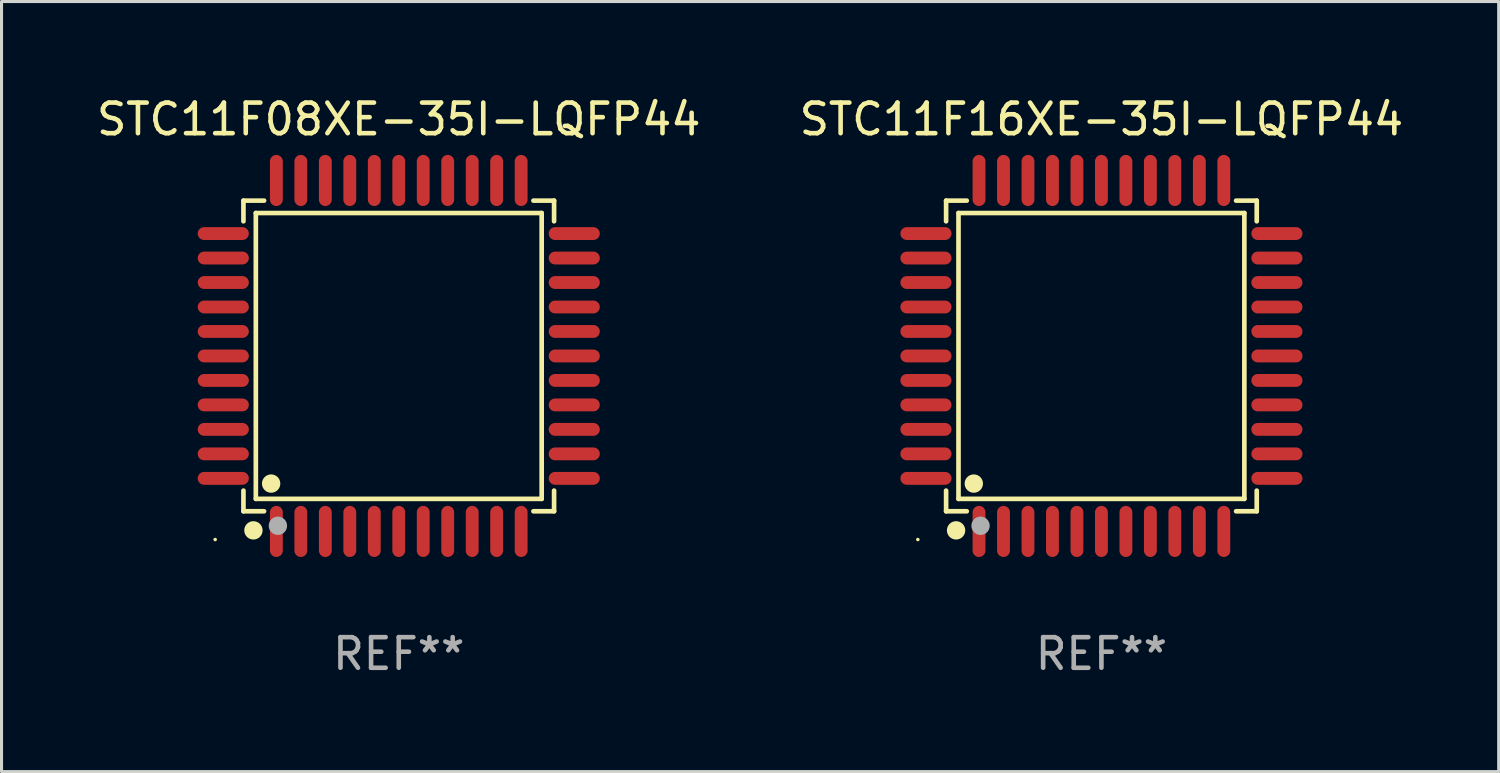
<source format=kicad_pcb>
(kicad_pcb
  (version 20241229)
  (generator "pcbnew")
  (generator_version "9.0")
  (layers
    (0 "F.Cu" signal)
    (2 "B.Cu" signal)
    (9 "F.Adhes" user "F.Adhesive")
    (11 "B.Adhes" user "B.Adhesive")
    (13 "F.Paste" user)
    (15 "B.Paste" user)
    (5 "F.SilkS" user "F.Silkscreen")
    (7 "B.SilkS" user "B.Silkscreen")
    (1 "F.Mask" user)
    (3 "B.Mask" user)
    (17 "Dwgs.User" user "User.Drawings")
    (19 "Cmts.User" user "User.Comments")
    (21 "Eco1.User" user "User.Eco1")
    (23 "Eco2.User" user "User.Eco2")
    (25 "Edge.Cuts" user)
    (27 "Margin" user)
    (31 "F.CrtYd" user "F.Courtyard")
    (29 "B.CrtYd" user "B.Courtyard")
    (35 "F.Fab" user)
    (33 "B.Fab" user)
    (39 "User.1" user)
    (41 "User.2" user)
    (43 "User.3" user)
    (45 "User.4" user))
  (footprint "STC11F16XE-35I-LQFP44"
    (layer "F.Cu")
    (at 32.946 8.583)
    (property "Reference" "STC11F16XE-35I-LQFP44" (at 0 -7.735 0) (layer "F.SilkS") (effects (font (size 1 1) (thickness 0.15))))
    (attr through_hole)
    (fp_line (start -5.076 -5.076) (end -4.401 -5.076) (stroke (width 0.152) (type solid)) (layer "F.SilkS"))
    (fp_line (start -5.076 -4.401) (end -5.076 -5.076) (stroke (width 0.152) (type solid)) (layer "F.SilkS"))
    (fp_line (start -5.076 4.401) (end -5.076 5.076) (stroke (width 0.152) (type solid)) (layer "F.SilkS"))
    (fp_line (start -5.076 5.076) (end -4.401 5.076) (stroke (width 0.152) (type solid)) (layer "F.SilkS"))
    (fp_line (start -4.671 -4.671) (end 4.671 -4.671) (stroke (width 0.152) (type solid)) (layer "F.SilkS"))
    (fp_line (start -4.671 4.671) (end -4.671 -4.671) (stroke (width 0.152) (type solid)) (layer "F.SilkS"))
    (fp_line (start 4.671 -4.671) (end 4.671 4.671) (stroke (width 0.152) (type solid)) (layer "F.SilkS"))
    (fp_line (start 4.671 4.671) (end -4.671 4.671) (stroke (width 0.152) (type solid)) (layer "F.SilkS"))
    (fp_line (start 5.076 -5.076) (end 4.401 -5.076) (stroke (width 0.152) (type solid)) (layer "F.SilkS"))
    (fp_line (start 5.076 -4.401) (end 5.076 -5.076) (stroke (width 0.152) (type solid)) (layer "F.SilkS"))
    (fp_line (start 5.076 4.401) (end 5.076 5.076) (stroke (width 0.152) (type solid)) (layer "F.SilkS"))
    (fp_line (start 5.076 5.076) (end 4.401 5.076) (stroke (width 0.152) (type solid)) (layer "F.SilkS"))
    (fp_circle (center -6 6) (end -5.97 6) (stroke (width 0.06) (type solid)) (fill no) (layer "F.SilkS"))
    (fp_circle (center -4.75 5.7) (end -4.6 5.7) (stroke (width 0.3) (type solid)) (fill no) (layer "F.SilkS"))
    (fp_circle (center -4.171 4.171) (end -4.021 4.171) (stroke (width 0.3) (type solid)) (fill no) (layer "F.SilkS"))
    (fp_circle (center -3.95 5.55) (end -3.8 5.55) (stroke (width 0.3) (type solid)) (fill no) (layer "F.Fab"))
    (fp_text user "REF**" (at 0 9.735 0) (layer "F.Fab") (effects (font (size 1 1) (thickness 0.15))))
    (pad "1" smd oval (at -4 5.735) (size 0.42 1.67) (layers "F.Cu" "F.Mask" "F.Paste"))
    (pad "2" smd oval (at -3.2 5.735) (size 0.42 1.67) (layers "F.Cu" "F.Mask" "F.Paste"))
    (pad "3" smd oval (at -2.4 5.735) (size 0.42 1.67) (layers "F.Cu" "F.Mask" "F.Paste"))
    (pad "4" smd oval (at -1.6 5.735) (size 0.42 1.67) (layers "F.Cu" "F.Mask" "F.Paste"))
    (pad "5" smd oval (at -0.8 5.735) (size 0.42 1.67) (layers "F.Cu" "F.Mask" "F.Paste"))
    (pad "6" smd oval (at 0 5.735) (size 0.42 1.67) (layers "F.Cu" "F.Mask" "F.Paste"))
    (pad "7" smd oval (at 0.8 5.735) (size 0.42 1.67) (layers "F.Cu" "F.Mask" "F.Paste"))
    (pad "8" smd oval (at 1.6 5.735) (size 0.42 1.67) (layers "F.Cu" "F.Mask" "F.Paste"))
    (pad "9" smd oval (at 2.4 5.735) (size 0.42 1.67) (layers "F.Cu" "F.Mask" "F.Paste"))
    (pad "10" smd oval (at 3.2 5.735) (size 0.42 1.67) (layers "F.Cu" "F.Mask" "F.Paste"))
    (pad "11" smd oval (at 4 5.735) (size 0.42 1.67) (layers "F.Cu" "F.Mask" "F.Paste"))
    (pad "12" smd oval (at 5.735 4) (size 1.67 0.42) (layers "F.Cu" "F.Mask" "F.Paste"))
    (pad "13" smd oval (at 5.735 3.2) (size 1.67 0.42) (layers "F.Cu" "F.Mask" "F.Paste"))
    (pad "14" smd oval (at 5.735 2.4) (size 1.67 0.42) (layers "F.Cu" "F.Mask" "F.Paste"))
    (pad "15" smd oval (at 5.735 1.6) (size 1.67 0.42) (layers "F.Cu" "F.Mask" "F.Paste"))
    (pad "16" smd oval (at 5.735 0.8) (size 1.67 0.42) (layers "F.Cu" "F.Mask" "F.Paste"))
    (pad "17" smd oval (at 5.735 0) (size 1.67 0.42) (layers "F.Cu" "F.Mask" "F.Paste"))
    (pad "18" smd oval (at 5.735 -0.8) (size 1.67 0.42) (layers "F.Cu" "F.Mask" "F.Paste"))
    (pad "19" smd oval (at 5.735 -1.6) (size 1.67 0.42) (layers "F.Cu" "F.Mask" "F.Paste"))
    (pad "20" smd oval (at 5.735 -2.4) (size 1.67 0.42) (layers "F.Cu" "F.Mask" "F.Paste"))
    (pad "21" smd oval (at 5.735 -3.2) (size 1.67 0.42) (layers "F.Cu" "F.Mask" "F.Paste"))
    (pad "22" smd oval (at 5.735 -4) (size 1.67 0.42) (layers "F.Cu" "F.Mask" "F.Paste"))
    (pad "23" smd oval (at 4 -5.735) (size 0.42 1.67) (layers "F.Cu" "F.Mask" "F.Paste"))
    (pad "24" smd oval (at 3.2 -5.735) (size 0.42 1.67) (layers "F.Cu" "F.Mask" "F.Paste"))
    (pad "25" smd oval (at 2.4 -5.735) (size 0.42 1.67) (layers "F.Cu" "F.Mask" "F.Paste"))
    (pad "26" smd oval (at 1.6 -5.735) (size 0.42 1.67) (layers "F.Cu" "F.Mask" "F.Paste"))
    (pad "27" smd oval (at 0.8 -5.735) (size 0.42 1.67) (layers "F.Cu" "F.Mask" "F.Paste"))
    (pad "28" smd oval (at 0 -5.735) (size 0.42 1.67) (layers "F.Cu" "F.Mask" "F.Paste"))
    (pad "29" smd oval (at -0.8 -5.735) (size 0.42 1.67) (layers "F.Cu" "F.Mask" "F.Paste"))
    (pad "30" smd oval (at -1.6 -5.735) (size 0.42 1.67) (layers "F.Cu" "F.Mask" "F.Paste"))
    (pad "31" smd oval (at -2.4 -5.735) (size 0.42 1.67) (layers "F.Cu" "F.Mask" "F.Paste"))
    (pad "32" smd oval (at -3.2 -5.735) (size 0.42 1.67) (layers "F.Cu" "F.Mask" "F.Paste"))
    (pad "33" smd oval (at -4 -5.735) (size 0.42 1.67) (layers "F.Cu" "F.Mask" "F.Paste"))
    (pad "34" smd oval (at -5.735 -4) (size 1.67 0.42) (layers "F.Cu" "F.Mask" "F.Paste"))
    (pad "35" smd oval (at -5.735 -3.2) (size 1.67 0.42) (layers "F.Cu" "F.Mask" "F.Paste"))
    (pad "36" smd oval (at -5.735 -2.4) (size 1.67 0.42) (layers "F.Cu" "F.Mask" "F.Paste"))
    (pad "37" smd oval (at -5.735 -1.6) (size 1.67 0.42) (layers "F.Cu" "F.Mask" "F.Paste"))
    (pad "38" smd oval (at -5.735 -0.8) (size 1.67 0.42) (layers "F.Cu" "F.Mask" "F.Paste"))
    (pad "39" smd oval (at -5.735 0) (size 1.67 0.42) (layers "F.Cu" "F.Mask" "F.Paste"))
    (pad "40" smd oval (at -5.735 0.8) (size 1.67 0.42) (layers "F.Cu" "F.Mask" "F.Paste"))
    (pad "41" smd oval (at -5.735 1.6) (size 1.67 0.42) (layers "F.Cu" "F.Mask" "F.Paste"))
    (pad "42" smd oval (at -5.735 2.4) (size 1.67 0.42) (layers "F.Cu" "F.Mask" "F.Paste"))
    (pad "43" smd oval (at -5.735 3.2) (size 1.67 0.42) (layers "F.Cu" "F.Mask" "F.Paste"))
    (pad "44" smd oval (at -5.735 4) (size 1.67 0.42) (layers "F.Cu" "F.Mask" "F.Paste")))
  (footprint "STC11F08XE-35I-LQFP44"
    (layer "F.Cu")
    (at 9.982 8.583)
    (property "Reference" "STC11F08XE-35I-LQFP44" (at 0 -7.735 0) (layer "F.SilkS") (effects (font (size 1 1) (thickness 0.15))))
    (attr through_hole)
    (fp_line (start -5.076 -5.076) (end -4.401 -5.076) (stroke (width 0.152) (type solid)) (layer "F.SilkS"))
    (fp_line (start -5.076 -4.401) (end -5.076 -5.076) (stroke (width 0.152) (type solid)) (layer "F.SilkS"))
    (fp_line (start -5.076 4.401) (end -5.076 5.076) (stroke (width 0.152) (type solid)) (layer "F.SilkS"))
    (fp_line (start -5.076 5.076) (end -4.401 5.076) (stroke (width 0.152) (type solid)) (layer "F.SilkS"))
    (fp_line (start -4.671 -4.671) (end 4.671 -4.671) (stroke (width 0.152) (type solid)) (layer "F.SilkS"))
    (fp_line (start -4.671 4.671) (end -4.671 -4.671) (stroke (width 0.152) (type solid)) (layer "F.SilkS"))
    (fp_line (start 4.671 -4.671) (end 4.671 4.671) (stroke (width 0.152) (type solid)) (layer "F.SilkS"))
    (fp_line (start 4.671 4.671) (end -4.671 4.671) (stroke (width 0.152) (type solid)) (layer "F.SilkS"))
    (fp_line (start 5.076 -5.076) (end 4.401 -5.076) (stroke (width 0.152) (type solid)) (layer "F.SilkS"))
    (fp_line (start 5.076 -4.401) (end 5.076 -5.076) (stroke (width 0.152) (type solid)) (layer "F.SilkS"))
    (fp_line (start 5.076 4.401) (end 5.076 5.076) (stroke (width 0.152) (type solid)) (layer "F.SilkS"))
    (fp_line (start 5.076 5.076) (end 4.401 5.076) (stroke (width 0.152) (type solid)) (layer "F.SilkS"))
    (fp_circle (center -6 6) (end -5.97 6) (stroke (width 0.06) (type solid)) (fill no) (layer "F.SilkS"))
    (fp_circle (center -4.75 5.7) (end -4.6 5.7) (stroke (width 0.3) (type solid)) (fill no) (layer "F.SilkS"))
    (fp_circle (center -4.171 4.171) (end -4.021 4.171) (stroke (width 0.3) (type solid)) (fill no) (layer "F.SilkS"))
    (fp_circle (center -3.95 5.55) (end -3.8 5.55) (stroke (width 0.3) (type solid)) (fill no) (layer "F.Fab"))
    (fp_text user "REF**" (at 0 9.735 0) (layer "F.Fab") (effects (font (size 1 1) (thickness 0.15))))
    (pad "1" smd oval (at -4 5.735) (size 0.42 1.67) (layers "F.Cu" "F.Mask" "F.Paste"))
    (pad "2" smd oval (at -3.2 5.735) (size 0.42 1.67) (layers "F.Cu" "F.Mask" "F.Paste"))
    (pad "3" smd oval (at -2.4 5.735) (size 0.42 1.67) (layers "F.Cu" "F.Mask" "F.Paste"))
    (pad "4" smd oval (at -1.6 5.735) (size 0.42 1.67) (layers "F.Cu" "F.Mask" "F.Paste"))
    (pad "5" smd oval (at -0.8 5.735) (size 0.42 1.67) (layers "F.Cu" "F.Mask" "F.Paste"))
    (pad "6" smd oval (at 0 5.735) (size 0.42 1.67) (layers "F.Cu" "F.Mask" "F.Paste"))
    (pad "7" smd oval (at 0.8 5.735) (size 0.42 1.67) (layers "F.Cu" "F.Mask" "F.Paste"))
    (pad "8" smd oval (at 1.6 5.735) (size 0.42 1.67) (layers "F.Cu" "F.Mask" "F.Paste"))
    (pad "9" smd oval (at 2.4 5.735) (size 0.42 1.67) (layers "F.Cu" "F.Mask" "F.Paste"))
    (pad "10" smd oval (at 3.2 5.735) (size 0.42 1.67) (layers "F.Cu" "F.Mask" "F.Paste"))
    (pad "11" smd oval (at 4 5.735) (size 0.42 1.67) (layers "F.Cu" "F.Mask" "F.Paste"))
    (pad "12" smd oval (at 5.735 4) (size 1.67 0.42) (layers "F.Cu" "F.Mask" "F.Paste"))
    (pad "13" smd oval (at 5.735 3.2) (size 1.67 0.42) (layers "F.Cu" "F.Mask" "F.Paste"))
    (pad "14" smd oval (at 5.735 2.4) (size 1.67 0.42) (layers "F.Cu" "F.Mask" "F.Paste"))
    (pad "15" smd oval (at 5.735 1.6) (size 1.67 0.42) (layers "F.Cu" "F.Mask" "F.Paste"))
    (pad "16" smd oval (at 5.735 0.8) (size 1.67 0.42) (layers "F.Cu" "F.Mask" "F.Paste"))
    (pad "17" smd oval (at 5.735 0) (size 1.67 0.42) (layers "F.Cu" "F.Mask" "F.Paste"))
    (pad "18" smd oval (at 5.735 -0.8) (size 1.67 0.42) (layers "F.Cu" "F.Mask" "F.Paste"))
    (pad "19" smd oval (at 5.735 -1.6) (size 1.67 0.42) (layers "F.Cu" "F.Mask" "F.Paste"))
    (pad "20" smd oval (at 5.735 -2.4) (size 1.67 0.42) (layers "F.Cu" "F.Mask" "F.Paste"))
    (pad "21" smd oval (at 5.735 -3.2) (size 1.67 0.42) (layers "F.Cu" "F.Mask" "F.Paste"))
    (pad "22" smd oval (at 5.735 -4) (size 1.67 0.42) (layers "F.Cu" "F.Mask" "F.Paste"))
    (pad "23" smd oval (at 4 -5.735) (size 0.42 1.67) (layers "F.Cu" "F.Mask" "F.Paste"))
    (pad "24" smd oval (at 3.2 -5.735) (size 0.42 1.67) (layers "F.Cu" "F.Mask" "F.Paste"))
    (pad "25" smd oval (at 2.4 -5.735) (size 0.42 1.67) (layers "F.Cu" "F.Mask" "F.Paste"))
    (pad "26" smd oval (at 1.6 -5.735) (size 0.42 1.67) (layers "F.Cu" "F.Mask" "F.Paste"))
    (pad "27" smd oval (at 0.8 -5.735) (size 0.42 1.67) (layers "F.Cu" "F.Mask" "F.Paste"))
    (pad "28" smd oval (at 0 -5.735) (size 0.42 1.67) (layers "F.Cu" "F.Mask" "F.Paste"))
    (pad "29" smd oval (at -0.8 -5.735) (size 0.42 1.67) (layers "F.Cu" "F.Mask" "F.Paste"))
    (pad "30" smd oval (at -1.6 -5.735) (size 0.42 1.67) (layers "F.Cu" "F.Mask" "F.Paste"))
    (pad "31" smd oval (at -2.4 -5.735) (size 0.42 1.67) (layers "F.Cu" "F.Mask" "F.Paste"))
    (pad "32" smd oval (at -3.2 -5.735) (size 0.42 1.67) (layers "F.Cu" "F.Mask" "F.Paste"))
    (pad "33" smd oval (at -4 -5.735) (size 0.42 1.67) (layers "F.Cu" "F.Mask" "F.Paste"))
    (pad "34" smd oval (at -5.735 -4) (size 1.67 0.42) (layers "F.Cu" "F.Mask" "F.Paste"))
    (pad "35" smd oval (at -5.735 -3.2) (size 1.67 0.42) (layers "F.Cu" "F.Mask" "F.Paste"))
    (pad "36" smd oval (at -5.735 -2.4) (size 1.67 0.42) (layers "F.Cu" "F.Mask" "F.Paste"))
    (pad "37" smd oval (at -5.735 -1.6) (size 1.67 0.42) (layers "F.Cu" "F.Mask" "F.Paste"))
    (pad "38" smd oval (at -5.735 -0.8) (size 1.67 0.42) (layers "F.Cu" "F.Mask" "F.Paste"))
    (pad "39" smd oval (at -5.735 0) (size 1.67 0.42) (layers "F.Cu" "F.Mask" "F.Paste"))
    (pad "40" smd oval (at -5.735 0.8) (size 1.67 0.42) (layers "F.Cu" "F.Mask" "F.Paste"))
    (pad "41" smd oval (at -5.735 1.6) (size 1.67 0.42) (layers "F.Cu" "F.Mask" "F.Paste"))
    (pad "42" smd oval (at -5.735 2.4) (size 1.67 0.42) (layers "F.Cu" "F.Mask" "F.Paste"))
    (pad "43" smd oval (at -5.735 3.2) (size 1.67 0.42) (layers "F.Cu" "F.Mask" "F.Paste"))
    (pad "44" smd oval (at -5.735 4) (size 1.67 0.42) (layers "F.Cu" "F.Mask" "F.Paste")))
  (gr_rect
    (start -3 -3)
    (end 45.929 22.167)
    (stroke (width 0.1) (type default))
    (fill no)
    (layer "Edge.Cuts")))
</source>
